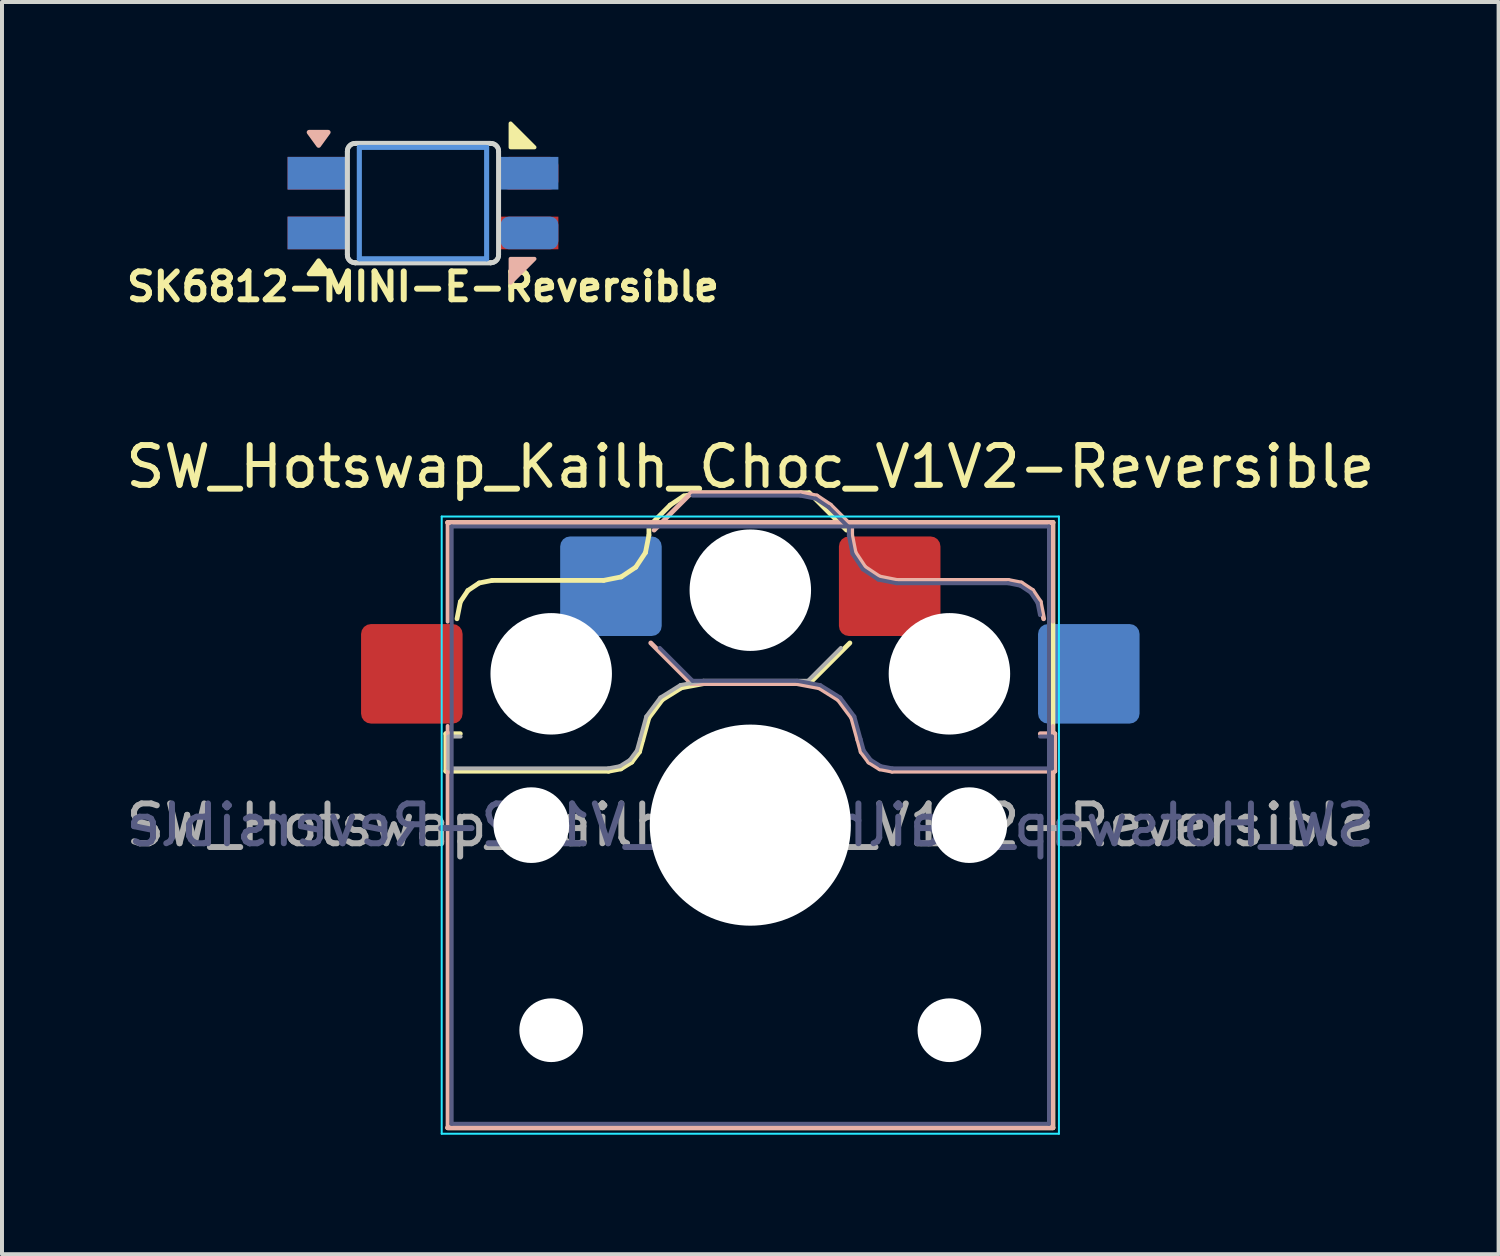
<source format=kicad_pcb>
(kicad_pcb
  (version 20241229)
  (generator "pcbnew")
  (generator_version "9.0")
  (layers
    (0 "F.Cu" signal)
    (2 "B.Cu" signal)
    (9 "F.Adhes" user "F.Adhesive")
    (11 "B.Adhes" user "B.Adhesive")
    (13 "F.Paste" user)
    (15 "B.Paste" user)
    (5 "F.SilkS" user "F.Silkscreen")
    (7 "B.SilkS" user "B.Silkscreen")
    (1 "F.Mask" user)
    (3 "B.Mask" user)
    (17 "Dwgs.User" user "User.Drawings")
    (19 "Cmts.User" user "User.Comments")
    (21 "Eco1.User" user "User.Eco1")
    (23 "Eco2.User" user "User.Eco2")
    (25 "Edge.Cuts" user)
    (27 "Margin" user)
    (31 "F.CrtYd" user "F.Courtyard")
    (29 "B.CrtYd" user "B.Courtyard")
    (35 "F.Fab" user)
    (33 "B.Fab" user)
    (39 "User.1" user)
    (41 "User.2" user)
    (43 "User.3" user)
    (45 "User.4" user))
  (footprint "SK6812-MINI-E-Reversible"
    (layer "F.Cu")
    (at 7.572 2.05)
    (property "Reference" "SK6812-MINI-E-Reversible" (at 0 2.1 0) (unlocked yes) (layer "F.SilkS") (effects (font (size 0.7 0.7) (thickness 0.15))))
    (attr smd)
    (fp_poly (pts (xy 2.8 -1.4) (xy 2.2 -1.4) (xy 2.2 -2)) (stroke (width 0.1) (type solid)) (fill yes) (layer "F.SilkS"))
    (fp_poly (pts (xy -2.62 1.448) (xy -2.38 1.778) (xy -2.86 1.778) (xy -2.62 1.448)) (stroke (width 0.12) (type solid)) (fill yes) (layer "F.SilkS"))
    (fp_poly (pts (xy 2.8 1.4) (xy 2.2 1.4) (xy 2.2 2)) (stroke (width 0.1) (type solid)) (fill yes) (layer "B.SilkS"))
    (fp_poly (pts (xy -2.62 -1.448) (xy -2.38 -1.778) (xy -2.86 -1.778) (xy -2.62 -1.448)) (stroke (width 0.12) (type solid)) (fill yes) (layer "B.SilkS"))
    (fp_line (start -1.6 -1.4) (end -1.6 1.4) (stroke (width 0.12) (type solid)) (layer "Cmts.User"))
    (fp_line (start -1.6 -1.4) (end 1.6 -1.4) (stroke (width 0.12) (type solid)) (layer "Cmts.User"))
    (fp_line (start -1.6 1.4) (end -1.6 -1.4) (stroke (width 0.12) (type solid)) (layer "Cmts.User"))
    (fp_line (start -1.6 1.4) (end 1.6 1.4) (stroke (width 0.12) (type solid)) (layer "Cmts.User"))
    (fp_line (start 1.6 -1.4) (end -1.6 -1.4) (stroke (width 0.12) (type solid)) (layer "Cmts.User"))
    (fp_line (start 1.6 -1.4) (end 1.6 1.4) (stroke (width 0.12) (type solid)) (layer "Cmts.User"))
    (fp_line (start 1.6 1.4) (end -1.6 1.4) (stroke (width 0.12) (type solid)) (layer "Cmts.User"))
    (fp_line (start 1.6 1.4) (end 1.6 -1.4) (stroke (width 0.12) (type solid)) (layer "Cmts.User"))
    (fp_line (start -1.9 -1.3) (end -1.9 1.3) (stroke (width 0.12) (type solid)) (layer "Edge.Cuts"))
    (fp_line (start -1.9 1.3) (end -1.9 -1.3) (stroke (width 0.12) (type solid)) (layer "Edge.Cuts"))
    (fp_line (start -1.7 -1.5) (end 1.7 -1.5) (stroke (width 0.12) (type solid)) (layer "Edge.Cuts"))
    (fp_line (start -1.7 1.5) (end 1.7 1.5) (stroke (width 0.12) (type solid)) (layer "Edge.Cuts"))
    (fp_line (start 1.7 -1.5) (end -1.7 -1.5) (stroke (width 0.12) (type solid)) (layer "Edge.Cuts"))
    (fp_line (start 1.7 1.5) (end -1.7 1.5) (stroke (width 0.12) (type solid)) (layer "Edge.Cuts"))
    (fp_line (start 1.9 -1.3) (end 1.9 1.3) (stroke (width 0.12) (type solid)) (layer "Edge.Cuts"))
    (fp_line (start 1.9 1.3) (end 1.9 -1.3) (stroke (width 0.12) (type solid)) (layer "Edge.Cuts"))
    (fp_arc (start -1.9 -1.3) (mid -1.841421 -1.441421) (end -1.7 -1.5) (stroke (width 0.12) (type solid)) (layer "Edge.Cuts"))
    (fp_arc (start -1.9 -1.3) (mid -1.841421 -1.441421) (end -1.7 -1.5) (stroke (width 0.12) (type solid)) (layer "Edge.Cuts"))
    (fp_arc (start -1.7 1.5) (mid -1.841421 1.441421) (end -1.9 1.3) (stroke (width 0.12) (type solid)) (layer "Edge.Cuts"))
    (fp_arc (start -1.7 1.5) (mid -1.841421 1.441421) (end -1.9 1.3) (stroke (width 0.12) (type solid)) (layer "Edge.Cuts"))
    (fp_arc (start 1.7 -1.5) (mid 1.841421 -1.441421) (end 1.9 -1.3) (stroke (width 0.12) (type solid)) (layer "Edge.Cuts"))
    (fp_arc (start 1.7 -1.5) (mid 1.841421 -1.441421) (end 1.9 -1.3) (stroke (width 0.12) (type solid)) (layer "Edge.Cuts"))
    (fp_arc (start 1.9 1.3) (mid 1.841421 1.441421) (end 1.7 1.5) (stroke (width 0.12) (type solid)) (layer "Edge.Cuts"))
    (fp_arc (start 1.9 1.3) (mid 1.841421 1.441421) (end 1.7 1.5) (stroke (width 0.12) (type solid)) (layer "Edge.Cuts"))
    (pad "1" smd rect (at -2.675 -0.75) (size 1.45 0.82) (layers "B.Cu" "B.Mask" "B.Paste"))
    (pad "1" smd rect (at -2.675 0.75) (size 1.45 0.82) (layers "F.Cu" "F.Mask" "F.Paste"))
    (pad "2" smd rect (at -2.675 -0.75) (size 1.45 0.82) (layers "F.Cu" "F.Mask" "F.Paste"))
    (pad "2" smd rect (at -2.675 0.75) (size 1.45 0.82) (layers "B.Cu" "B.Mask" "B.Paste"))
    (pad "3" smd roundrect (at 2.675 -0.75) (size 1.45 0.82) (layers "F.Cu" "F.Mask" "F.Paste") (roundrect_rratio 0.25))
    (pad "3" smd roundrect (at 2.675 0.75) (size 1.45 0.82) (layers "B.Cu" "B.Mask" "B.Paste") (roundrect_rratio 0.25))
    (pad "4" smd rect (at 2.675 -0.75) (size 1.45 0.82) (layers "B.Cu" "B.Mask" "B.Paste"))
    (pad "4" smd rect (at 2.675 0.75) (size 1.45 0.82) (layers "F.Cu" "F.Mask" "F.Paste")))
  (footprint "SW_Hotswap_Kailh_Choc_V1V2-Reversible"
    (layer "F.Cu")
    (at 15.792 17.671)
    (property "Reference" "SW_Hotswap_Kailh_Choc_V1V2-Reversible" (at 0 -9 0) (layer "F.SilkS") (effects (font (size 1 1) (thickness 0.15))))
    (attr smd)
    (fp_line (start -7.646 -2.296) (end -7.646 -1.354) (stroke (width 0.12) (type solid)) (layer "F.SilkS"))
    (fp_line (start -7.646 -1.354) (end -3.56 -1.354) (stroke (width 0.12) (type solid)) (layer "F.SilkS"))
    (fp_line (start -7.6 7.6) (end 7.6 7.6) (stroke (width 0.12) (type solid)) (layer "F.SilkS"))
    (fp_line (start -7.283 -2.296) (end -7.646 -2.296) (stroke (width 0.12) (type solid)) (layer "F.SilkS"))
    (fp_line (start -7.281 -5.609) (end -7.366 -5.182) (stroke (width 0.12) (type solid)) (layer "F.SilkS"))
    (fp_line (start -7.092 -5.892) (end -7.281 -5.609) (stroke (width 0.12) (type solid)) (layer "F.SilkS"))
    (fp_line (start -6.809 -6.081) (end -7.092 -5.892) (stroke (width 0.12) (type solid)) (layer "F.SilkS"))
    (fp_line (start -6.482 -6.146) (end -6.809 -6.081) (stroke (width 0.12) (type solid)) (layer "F.SilkS"))
    (fp_line (start -3.682 -6.146) (end -6.482 -6.146) (stroke (width 0.12) (type solid)) (layer "F.SilkS"))
    (fp_line (start -3.56 -1.354) (end -3.25 -1.413) (stroke (width 0.12) (type solid)) (layer "F.SilkS"))
    (fp_line (start -3.25 -1.413) (end -2.976 -1.583) (stroke (width 0.12) (type solid)) (layer "F.SilkS"))
    (fp_line (start -3.244 -6.233) (end -3.682 -6.146) (stroke (width 0.12) (type solid)) (layer "F.SilkS"))
    (fp_line (start -2.976 -1.583) (end -2.783 -1.841) (stroke (width 0.12) (type solid)) (layer "F.SilkS"))
    (fp_line (start -2.877 -6.477) (end -3.244 -6.233) (stroke (width 0.12) (type solid)) (layer "F.SilkS"))
    (fp_line (start -2.783 -1.841) (end -2.701 -2.139) (stroke (width 0.12) (type solid)) (layer "F.SilkS"))
    (fp_line (start -2.701 -2.139) (end -2.547 -2.697) (stroke (width 0.12) (type solid)) (layer "F.SilkS"))
    (fp_line (start -2.633 -6.844) (end -2.877 -6.477) (stroke (width 0.12) (type solid)) (layer "F.SilkS"))
    (fp_line (start -2.547 -2.697) (end -2.209 -3.15) (stroke (width 0.12) (type solid)) (layer "F.SilkS"))
    (fp_line (start -2.546 -7.504) (end -2.546 -7.282) (stroke (width 0.12) (type solid)) (layer "F.SilkS"))
    (fp_line (start -2.546 -7.282) (end -2.633 -6.844) (stroke (width 0.12) (type solid)) (layer "F.SilkS"))
    (fp_line (start -2.209 -3.15) (end -1.73 -3.449) (stroke (width 0.12) (type solid)) (layer "F.SilkS"))
    (fp_line (start -2.013 -8.037) (end -2.546 -7.504) (stroke (width 0.12) (type solid)) (layer "F.SilkS"))
    (fp_line (start -1.73 -3.449) (end -1.168 -3.554) (stroke (width 0.12) (type solid)) (layer "F.SilkS"))
    (fp_line (start -1.671 -8.266) (end -2.013 -8.037) (stroke (width 0.12) (type solid)) (layer "F.SilkS"))
    (fp_line (start -1.268 -8.346) (end -1.671 -8.266) (stroke (width 0.12) (type solid)) (layer "F.SilkS"))
    (fp_line (start -1.168 -3.554) (end 1.479 -3.554) (stroke (width 0.12) (type solid)) (layer "F.SilkS"))
    (fp_line (start 1.479 -8.346) (end -1.268 -8.346) (stroke (width 0.12) (type solid)) (layer "F.SilkS"))
    (fp_line (start 1.479 -3.554) (end 2.5 -4.575) (stroke (width 0.12) (type solid)) (layer "F.SilkS"))
    (fp_line (start 2.416 -7.409) (end 1.479 -8.346) (stroke (width 0.12) (type solid)) (layer "F.SilkS"))
    (fp_line (start 7.6 -7.6) (end -7.6 -7.6) (stroke (width 0.12) (type solid)) (layer "F.SilkS"))
    (fp_line (start 7.6 7.6) (end 7.6 -7.6) (stroke (width 0.12) (type solid)) (layer "F.SilkS"))
    (fp_line (start -7.6 -7.6) (end -7.6 -5.11) (stroke (width 0.1) (type default)) (layer "B.SilkS"))
    (fp_line (start -7.6 -7.6) (end 7.6 -7.6) (stroke (width 0.12) (type solid)) (layer "B.SilkS"))
    (fp_line (start -7.6 7.6) (end -7.6 -2.49) (stroke (width 0.1) (type default)) (layer "B.SilkS"))
    (fp_line (start -2.416 -7.409) (end -1.479 -8.346) (stroke (width 0.12) (type solid)) (layer "B.SilkS"))
    (fp_line (start -1.479 -8.346) (end 1.268 -8.346) (stroke (width 0.12) (type solid)) (layer "B.SilkS"))
    (fp_line (start -1.479 -3.554) (end -2.5 -4.575) (stroke (width 0.12) (type solid)) (layer "B.SilkS"))
    (fp_line (start 1.168 -3.554) (end -1.479 -3.554) (stroke (width 0.12) (type solid)) (layer "B.SilkS"))
    (fp_line (start 1.268 -8.346) (end 1.671 -8.266) (stroke (width 0.12) (type solid)) (layer "B.SilkS"))
    (fp_line (start 1.671 -8.266) (end 2.013 -8.037) (stroke (width 0.12) (type solid)) (layer "B.SilkS"))
    (fp_line (start 1.73 -3.449) (end 1.168 -3.554) (stroke (width 0.12) (type solid)) (layer "B.SilkS"))
    (fp_line (start 2.013 -8.037) (end 2.546 -7.504) (stroke (width 0.12) (type solid)) (layer "B.SilkS"))
    (fp_line (start 2.209 -3.15) (end 1.73 -3.449) (stroke (width 0.12) (type solid)) (layer "B.SilkS"))
    (fp_line (start 2.546 -7.504) (end 2.546 -7.282) (stroke (width 0.12) (type solid)) (layer "B.SilkS"))
    (fp_line (start 2.546 -7.282) (end 2.633 -6.844) (stroke (width 0.12) (type solid)) (layer "B.SilkS"))
    (fp_line (start 2.547 -2.697) (end 2.209 -3.15) (stroke (width 0.12) (type solid)) (layer "B.SilkS"))
    (fp_line (start 2.633 -6.844) (end 2.877 -6.477) (stroke (width 0.12) (type solid)) (layer "B.SilkS"))
    (fp_line (start 2.701 -2.139) (end 2.547 -2.697) (stroke (width 0.12) (type solid)) (layer "B.SilkS"))
    (fp_line (start 2.783 -1.841) (end 2.701 -2.139) (stroke (width 0.12) (type solid)) (layer "B.SilkS"))
    (fp_line (start 2.877 -6.477) (end 3.244 -6.233) (stroke (width 0.12) (type solid)) (layer "B.SilkS"))
    (fp_line (start 2.976 -1.583) (end 2.783 -1.841) (stroke (width 0.12) (type solid)) (layer "B.SilkS"))
    (fp_line (start 3.244 -6.233) (end 3.682 -6.146) (stroke (width 0.12) (type solid)) (layer "B.SilkS"))
    (fp_line (start 3.25 -1.413) (end 2.976 -1.583) (stroke (width 0.12) (type solid)) (layer "B.SilkS"))
    (fp_line (start 3.56 -1.354) (end 3.25 -1.413) (stroke (width 0.12) (type solid)) (layer "B.SilkS"))
    (fp_line (start 3.682 -6.146) (end 6.482 -6.146) (stroke (width 0.12) (type solid)) (layer "B.SilkS"))
    (fp_line (start 6.482 -6.146) (end 6.809 -6.081) (stroke (width 0.12) (type solid)) (layer "B.SilkS"))
    (fp_line (start 6.809 -6.081) (end 7.092 -5.892) (stroke (width 0.12) (type solid)) (layer "B.SilkS"))
    (fp_line (start 7.092 -5.892) (end 7.281 -5.609) (stroke (width 0.12) (type solid)) (layer "B.SilkS"))
    (fp_line (start 7.281 -5.609) (end 7.366 -5.182) (stroke (width 0.12) (type solid)) (layer "B.SilkS"))
    (fp_line (start 7.283 -2.296) (end 7.646 -2.296) (stroke (width 0.12) (type solid)) (layer "B.SilkS"))
    (fp_line (start 7.6 -7.6) (end 7.6 -5.11) (stroke (width 0.1) (type default)) (layer "B.SilkS"))
    (fp_line (start 7.6 7.6) (end -7.6 7.6) (stroke (width 0.12) (type solid)) (layer "B.SilkS"))
    (fp_line (start 7.6 7.6) (end 7.6 -2.49) (stroke (width 0.1) (type default)) (layer "B.SilkS"))
    (fp_line (start 7.646 -2.296) (end 7.646 -1.354) (stroke (width 0.12) (type solid)) (layer "B.SilkS"))
    (fp_line (start 7.646 -1.354) (end 3.56 -1.354) (stroke (width 0.12) (type solid)) (layer "B.SilkS"))
    (fp_line (start -7.25 -7.25) (end -7.25 7.25) (stroke (width 0.1) (type solid)) (layer "Eco1.User"))
    (fp_line (start -7.25 -7.25) (end 7.25 -7.25) (stroke (width 0.1) (type solid)) (layer "Eco1.User"))
    (fp_line (start -7.25 7.25) (end -7.25 -7.25) (stroke (width 0.1) (type solid)) (layer "Eco1.User"))
    (fp_line (start -7.25 7.25) (end 7.25 7.25) (stroke (width 0.1) (type solid)) (layer "Eco1.User"))
    (fp_line (start 7.25 -7.25) (end -7.25 -7.25) (stroke (width 0.1) (type solid)) (layer "Eco1.User"))
    (fp_line (start 7.25 -7.25) (end 7.25 7.25) (stroke (width 0.1) (type solid)) (layer "Eco1.User"))
    (fp_line (start 7.25 7.25) (end -7.25 7.25) (stroke (width 0.1) (type solid)) (layer "Eco1.User"))
    (fp_line (start 7.25 7.25) (end 7.25 -7.25) (stroke (width 0.1) (type solid)) (layer "Eco1.User"))
    (fp_line (start -7.75 -7.75) (end 7.75 -7.75) (stroke (width 0.05) (type solid)) (layer "B.CrtYd"))
    (fp_line (start -7.75 7.75) (end -7.75 -7.75) (stroke (width 0.05) (type solid)) (layer "B.CrtYd"))
    (fp_line (start 7.75 -7.75) (end 7.75 7.75) (stroke (width 0.05) (type solid)) (layer "B.CrtYd"))
    (fp_line (start 7.75 7.75) (end -7.75 7.75) (stroke (width 0.05) (type solid)) (layer "B.CrtYd"))
    (fp_line (start -7.5 -7.5) (end 7.5 -7.5) (stroke (width 0.1) (type solid)) (layer "B.Fab"))
    (fp_line (start -7.5 7.5) (end -7.5 -7.5) (stroke (width 0.1) (type solid)) (layer "B.Fab"))
    (fp_line (start -1.45 -8.275) (end 1.261 -8.275) (stroke (width 0.1) (type solid)) (layer "B.Fab"))
    (fp_line (start -1.45 -3.625) (end -2.275 -4.45) (stroke (width 0.1) (type solid)) (layer "B.Fab"))
    (fp_line (start 1.175 -3.625) (end -1.45 -3.625) (stroke (width 0.1) (type solid)) (layer "B.Fab"))
    (fp_line (start 1.261 -8.275) (end 1.643 -8.199) (stroke (width 0.1) (type solid)) (layer "B.Fab"))
    (fp_line (start 1.643 -8.199) (end 1.968 -7.982) (stroke (width 0.1) (type solid)) (layer "B.Fab"))
    (fp_line (start 1.756 -3.516) (end 1.175 -3.625) (stroke (width 0.1) (type solid)) (layer "B.Fab"))
    (fp_line (start 1.968 -7.982) (end 2.475 -7.475) (stroke (width 0.1) (type solid)) (layer "B.Fab"))
    (fp_line (start 2.258 -3.203) (end 1.756 -3.516) (stroke (width 0.1) (type solid)) (layer "B.Fab"))
    (fp_line (start 2.475 -7.475) (end 2.475 -7.275) (stroke (width 0.1) (type solid)) (layer "B.Fab"))
    (fp_line (start 2.475 -7.275) (end 2.566 -6.816) (stroke (width 0.1) (type solid)) (layer "B.Fab"))
    (fp_line (start 2.566 -6.816) (end 2.826 -6.426) (stroke (width 0.1) (type solid)) (layer "B.Fab"))
    (fp_line (start 2.612 -2.729) (end 2.258 -3.203) (stroke (width 0.1) (type solid)) (layer "B.Fab"))
    (fp_line (start 2.769 -2.158) (end 2.612 -2.729) (stroke (width 0.1) (type solid)) (layer "B.Fab"))
    (fp_line (start 2.826 -6.426) (end 3.216 -6.166) (stroke (width 0.1) (type solid)) (layer "B.Fab"))
    (fp_line (start 2.848 -1.873) (end 2.769 -2.158) (stroke (width 0.1) (type solid)) (layer "B.Fab"))
    (fp_line (start 3.025 -1.636) (end 2.848 -1.873) (stroke (width 0.1) (type solid)) (layer "B.Fab"))
    (fp_line (start 3.216 -6.166) (end 3.675 -6.075) (stroke (width 0.1) (type solid)) (layer "B.Fab"))
    (fp_line (start 3.276 -1.48) (end 3.025 -1.636) (stroke (width 0.1) (type solid)) (layer "B.Fab"))
    (fp_line (start 3.567 -1.425) (end 3.276 -1.48) (stroke (width 0.1) (type solid)) (layer "B.Fab"))
    (fp_line (start 3.675 -6.075) (end 6.475 -6.075) (stroke (width 0.1) (type solid)) (layer "B.Fab"))
    (fp_line (start 6.475 -6.075) (end 6.781 -6.014) (stroke (width 0.1) (type solid)) (layer "B.Fab"))
    (fp_line (start 6.781 -6.014) (end 7.041 -5.841) (stroke (width 0.1) (type solid)) (layer "B.Fab"))
    (fp_line (start 7.041 -5.841) (end 7.214 -5.581) (stroke (width 0.1) (type solid)) (layer "B.Fab"))
    (fp_line (start 7.214 -5.581) (end 7.275 -5.275) (stroke (width 0.1) (type solid)) (layer "B.Fab"))
    (fp_line (start 7.275 -2.225) (end 7.575 -2.225) (stroke (width 0.1) (type solid)) (layer "B.Fab"))
    (fp_line (start 7.5 -7.5) (end 7.5 7.5) (stroke (width 0.1) (type solid)) (layer "B.Fab"))
    (fp_line (start 7.5 7.5) (end -7.5 7.5) (stroke (width 0.1) (type solid)) (layer "B.Fab"))
    (fp_line (start 7.575 -2.225) (end 7.575 -1.425) (stroke (width 0.1) (type solid)) (layer "B.Fab"))
    (fp_line (start 7.575 -1.425) (end 3.567 -1.425) (stroke (width 0.1) (type solid)) (layer "B.Fab"))
    (fp_line (start -7.575 -2.225) (end -7.575 -1.425) (stroke (width 0.1) (type solid)) (layer "F.Fab"))
    (fp_line (start -7.575 -1.425) (end -3.567 -1.425) (stroke (width 0.1) (type solid)) (layer "F.Fab"))
    (fp_line (start -7.275 -2.225) (end -7.575 -2.225) (stroke (width 0.1) (type solid)) (layer "F.Fab"))
    (fp_line (start -3.567 -1.425) (end -3.276 -1.48) (stroke (width 0.1) (type solid)) (layer "F.Fab"))
    (fp_line (start -3.276 -1.48) (end -3.025 -1.636) (stroke (width 0.1) (type solid)) (layer "F.Fab"))
    (fp_line (start -3.025 -1.636) (end -2.848 -1.873) (stroke (width 0.1) (type solid)) (layer "F.Fab"))
    (fp_line (start -2.848 -1.873) (end -2.769 -2.158) (stroke (width 0.1) (type solid)) (layer "F.Fab"))
    (fp_line (start -2.769 -2.158) (end -2.612 -2.729) (stroke (width 0.1) (type solid)) (layer "F.Fab"))
    (fp_line (start -2.612 -2.729) (end -2.258 -3.203) (stroke (width 0.1) (type solid)) (layer "F.Fab"))
    (fp_line (start -2.258 -3.203) (end -1.756 -3.516) (stroke (width 0.1) (type solid)) (layer "F.Fab"))
    (fp_line (start -1.756 -3.516) (end -1.175 -3.625) (stroke (width 0.1) (type solid)) (layer "F.Fab"))
    (fp_line (start -1.175 -3.625) (end 1.45 -3.625) (stroke (width 0.1) (type solid)) (layer "F.Fab"))
    (fp_line (start 1.45 -3.625) (end 2.275 -4.45) (stroke (width 0.1) (type solid)) (layer "F.Fab"))
    (fp_text user "${REFERENCE}" (at 0 0 0) (layer "B.Fab") (effects (font (size 1 1) (thickness 0.15)) (justify mirror)))
    (fp_text user "${REFERENCE}" (at 0 0 0) (layer "F.Fab") (effects (font (size 1 1) (thickness 0.15))))
    (pad "" np_thru_hole circle (at -5.5 0 180) (size 1.9 1.9) (drill 1.9) (layers "*.Cu" "*.Mask"))
    (pad "" np_thru_hole circle (at -5 -3.8 180) (size 3.05 3.05) (drill 3.05) (layers "*.Cu" "*.Mask"))
    (pad "" np_thru_hole circle (at -5 5.15) (size 1.6 1.6) (drill 1.6) (layers "*.Cu" "*.Mask"))
    (pad "" np_thru_hole circle (at 0 -5.9 180) (size 3.05 3.05) (drill 3.05) (layers "*.Cu" "*.Mask"))
    (pad "" np_thru_hole circle (at 0 0) (size 5.05 5.05) (drill 5.05) (layers "*.Cu" "*.Mask"))
    (pad "" np_thru_hole circle (at 5 -3.8) (size 3.05 3.05) (drill 3.05) (layers "*.Cu" "*.Mask"))
    (pad "" np_thru_hole circle (at 5 5.15 180) (size 1.6 1.6) (drill 1.6) (layers "*.Cu" "*.Mask"))
    (pad "" np_thru_hole circle (at 5.5 0) (size 1.9 1.9) (drill 1.9) (layers "*.Cu" "*.Mask"))
    (pad "1" smd roundrect (at -3.5 -6) (size 2.55 2.5) (layers "B.Cu" "B.Mask" "B.Paste") (roundrect_rratio 0.1))
    (pad "1" smd roundrect (at 3.5 -6 180) (size 2.55 2.5) (layers "F.Cu" "F.Mask" "F.Paste") (roundrect_rratio 0.1))
    (pad "2" smd roundrect (at -8.5 -3.8 180) (size 2.55 2.5) (layers "F.Cu" "F.Mask" "F.Paste") (roundrect_rratio 0.1))
    (pad "2" smd roundrect (at 8.5 -3.8) (size 2.55 2.5) (layers "B.Cu" "B.Mask" "B.Paste") (roundrect_rratio 0.1)))
  (gr_rect
    (start -3 -3)
    (end 34.583 28.446)
    (stroke (width 0.1) (type default))
    (fill no)
    (layer "Edge.Cuts")))
</source>
